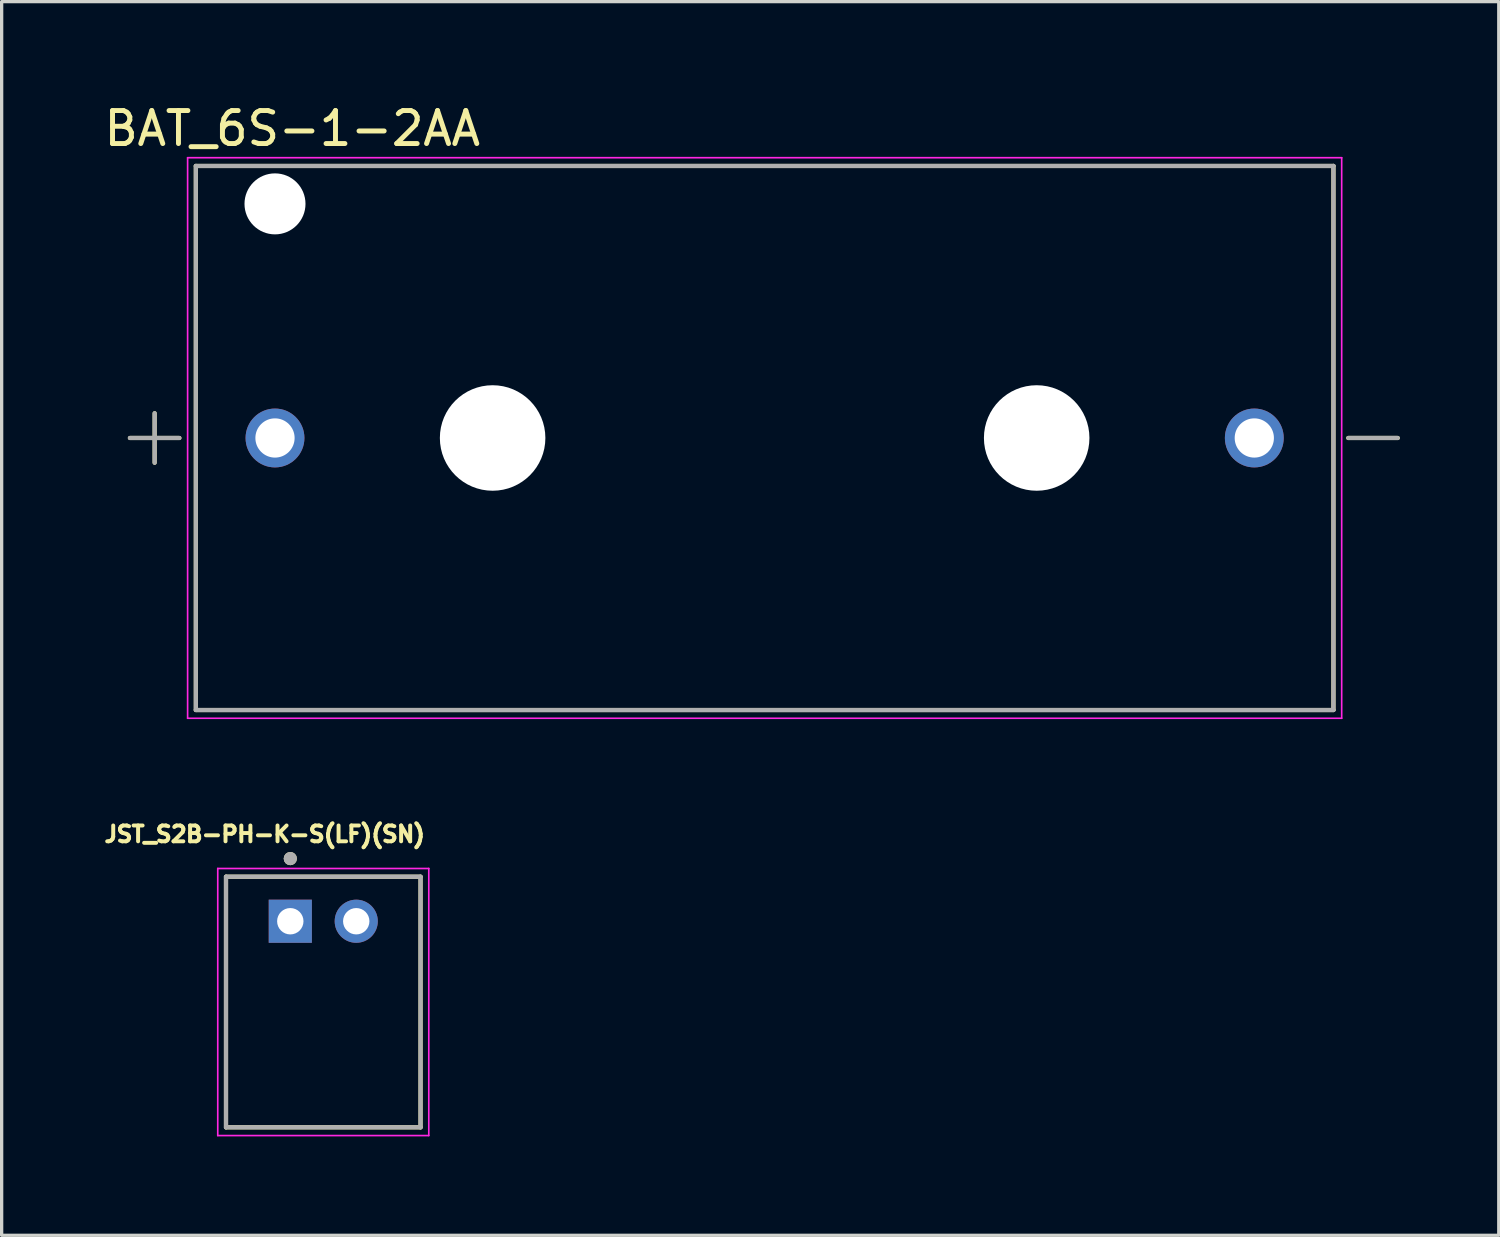
<source format=kicad_pcb>
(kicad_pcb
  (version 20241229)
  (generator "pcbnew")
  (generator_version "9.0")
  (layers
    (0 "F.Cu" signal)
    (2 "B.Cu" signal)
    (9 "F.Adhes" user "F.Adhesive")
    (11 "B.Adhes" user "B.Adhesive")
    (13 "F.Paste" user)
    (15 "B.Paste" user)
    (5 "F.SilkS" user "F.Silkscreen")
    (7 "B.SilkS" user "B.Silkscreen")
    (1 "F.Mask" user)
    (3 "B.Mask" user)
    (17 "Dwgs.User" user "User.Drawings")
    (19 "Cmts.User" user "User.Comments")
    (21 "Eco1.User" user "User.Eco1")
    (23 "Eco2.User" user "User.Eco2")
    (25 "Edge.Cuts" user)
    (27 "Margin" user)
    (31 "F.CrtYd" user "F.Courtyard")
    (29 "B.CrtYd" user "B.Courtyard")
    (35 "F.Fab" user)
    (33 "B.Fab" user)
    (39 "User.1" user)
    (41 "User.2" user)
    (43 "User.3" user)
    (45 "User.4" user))
  (footprint "BAT_6S-1-2AA"
    (layer "F.Cu")
    (at 20.14 10.233)
    (property "Reference" "BAT_6S-1-2AA" (at -14.325 -9.385 0) (layer "F.SilkS") (effects (font (size 1 1) (thickness 0.15))))
    (attr through_hole)
    (fp_line (start -19.25 0) (end -17.75 0) (stroke (width 0.127) (type solid)) (layer "F.SilkS"))
    (fp_line (start -18.5 0.75) (end -18.5 -0.75) (stroke (width 0.127) (type solid)) (layer "F.SilkS"))
    (fp_line (start -17.25 -8.25) (end 17.25 -8.25) (stroke (width 0.127) (type solid)) (layer "F.SilkS"))
    (fp_line (start -17.25 8.25) (end -17.25 -8.25) (stroke (width 0.127) (type solid)) (layer "F.SilkS"))
    (fp_line (start 17.25 -8.25) (end 17.25 8.25) (stroke (width 0.127) (type solid)) (layer "F.SilkS"))
    (fp_line (start 17.25 8.25) (end -17.25 8.25) (stroke (width 0.127) (type solid)) (layer "F.SilkS"))
    (fp_line (start 17.7 0) (end 19.2 0) (stroke (width 0.127) (type solid)) (layer "F.SilkS"))
    (fp_line (start -17.5 -8.5) (end -17.5 8.5) (stroke (width 0.05) (type solid)) (layer "F.CrtYd"))
    (fp_line (start -17.5 8.5) (end 17.5 8.5) (stroke (width 0.05) (type solid)) (layer "F.CrtYd"))
    (fp_line (start 17.5 -8.5) (end -17.5 -8.5) (stroke (width 0.05) (type solid)) (layer "F.CrtYd"))
    (fp_line (start 17.5 8.5) (end 17.5 -8.5) (stroke (width 0.05) (type solid)) (layer "F.CrtYd"))
    (fp_line (start -19.25 0) (end -17.75 0) (stroke (width 0.127) (type solid)) (layer "F.Fab"))
    (fp_line (start -18.5 0.75) (end -18.5 -0.75) (stroke (width 0.127) (type solid)) (layer "F.Fab"))
    (fp_line (start -17.25 -8.25) (end 17.25 -8.25) (stroke (width 0.127) (type solid)) (layer "F.Fab"))
    (fp_line (start -17.25 8.25) (end -17.25 -8.25) (stroke (width 0.127) (type solid)) (layer "F.Fab"))
    (fp_line (start 17.25 -8.25) (end 17.25 8.25) (stroke (width 0.127) (type solid)) (layer "F.Fab"))
    (fp_line (start 17.25 8.25) (end -17.25 8.25) (stroke (width 0.127) (type solid)) (layer "F.Fab"))
    (fp_line (start 17.7 0) (end 19.2 0) (stroke (width 0.127) (type solid)) (layer "F.Fab"))
    (pad "" np_thru_hole circle (at -14.85 -7.1) (size 1.85 1.85) (drill 1.85) (layers "*.Cu" "*.Mask"))
    (pad "" np_thru_hole circle (at -8.25 0) (size 3.2 3.2) (drill 3.2) (layers "*.Cu" "*.Mask"))
    (pad "" np_thru_hole circle (at 8.25 0) (size 3.2 3.2) (drill 3.2) (layers "*.Cu" "*.Mask"))
    (pad "+" thru_hole circle (at -14.85 0) (size 1.785 1.785) (drill 1.19) (layers "*.Cu" "*.Mask"))
    (pad "-" thru_hole circle (at 14.85 0) (size 1.785 1.785) (drill 1.19) (layers "*.Cu" "*.Mask")))
  (footprint "JST_S2B-PH-K-S(LF)(SN)"
    (layer "F.Cu")
    (at 6.754 24.889)
    (property "Reference" "JST_S2B-PH-K-S(LF)(SN)" (at -1.776 -2.64 0) (layer "F.SilkS") (effects (font (size 0.48 0.48) (thickness 0.15))))
    (attr through_hole)
    (fp_line (start -2.95 -1.35) (end 2.95 -1.35) (stroke (width 0.127) (type solid)) (layer "F.SilkS"))
    (fp_line (start -2.95 6.25) (end -2.95 -1.35) (stroke (width 0.127) (type solid)) (layer "F.SilkS"))
    (fp_line (start 2.95 -1.35) (end 2.95 6.25) (stroke (width 0.127) (type solid)) (layer "F.SilkS"))
    (fp_line (start 2.95 6.25) (end -2.95 6.25) (stroke (width 0.127) (type solid)) (layer "F.SilkS"))
    (fp_circle (center -1 -1.9) (end -0.9 -1.9) (stroke (width 0.2) (type solid)) (fill no) (layer "F.SilkS"))
    (fp_line (start -3.2 -1.6) (end 3.2 -1.6) (stroke (width 0.05) (type solid)) (layer "F.CrtYd"))
    (fp_line (start -3.2 6.5) (end -3.2 -1.6) (stroke (width 0.05) (type solid)) (layer "F.CrtYd"))
    (fp_line (start 3.2 -1.6) (end 3.2 6.5) (stroke (width 0.05) (type solid)) (layer "F.CrtYd"))
    (fp_line (start 3.2 6.5) (end -3.2 6.5) (stroke (width 0.05) (type solid)) (layer "F.CrtYd"))
    (fp_line (start -2.95 -1.35) (end 2.95 -1.35) (stroke (width 0.127) (type solid)) (layer "F.Fab"))
    (fp_line (start -2.95 6.25) (end -2.95 -1.35) (stroke (width 0.127) (type solid)) (layer "F.Fab"))
    (fp_line (start 2.95 -1.35) (end 2.95 6.25) (stroke (width 0.127) (type solid)) (layer "F.Fab"))
    (fp_line (start 2.95 6.25) (end -2.95 6.25) (stroke (width 0.127) (type solid)) (layer "F.Fab"))
    (fp_circle (center -1 -1.9) (end -0.9 -1.9) (stroke (width 0.2) (type solid)) (fill no) (layer "F.Fab"))
    (pad "1" thru_hole rect (at -1 0) (size 1.308 1.308) (drill 0.8) (layers "*.Cu" "*.Mask"))
    (pad "2" thru_hole circle (at 1 0) (size 1.308 1.308) (drill 0.8) (layers "*.Cu" "*.Mask")))
  (gr_rect
    (start -3 -3)
    (end 42.404 34.414)
    (stroke (width 0.1) (type default))
    (fill no)
    (layer "Edge.Cuts")))
</source>
